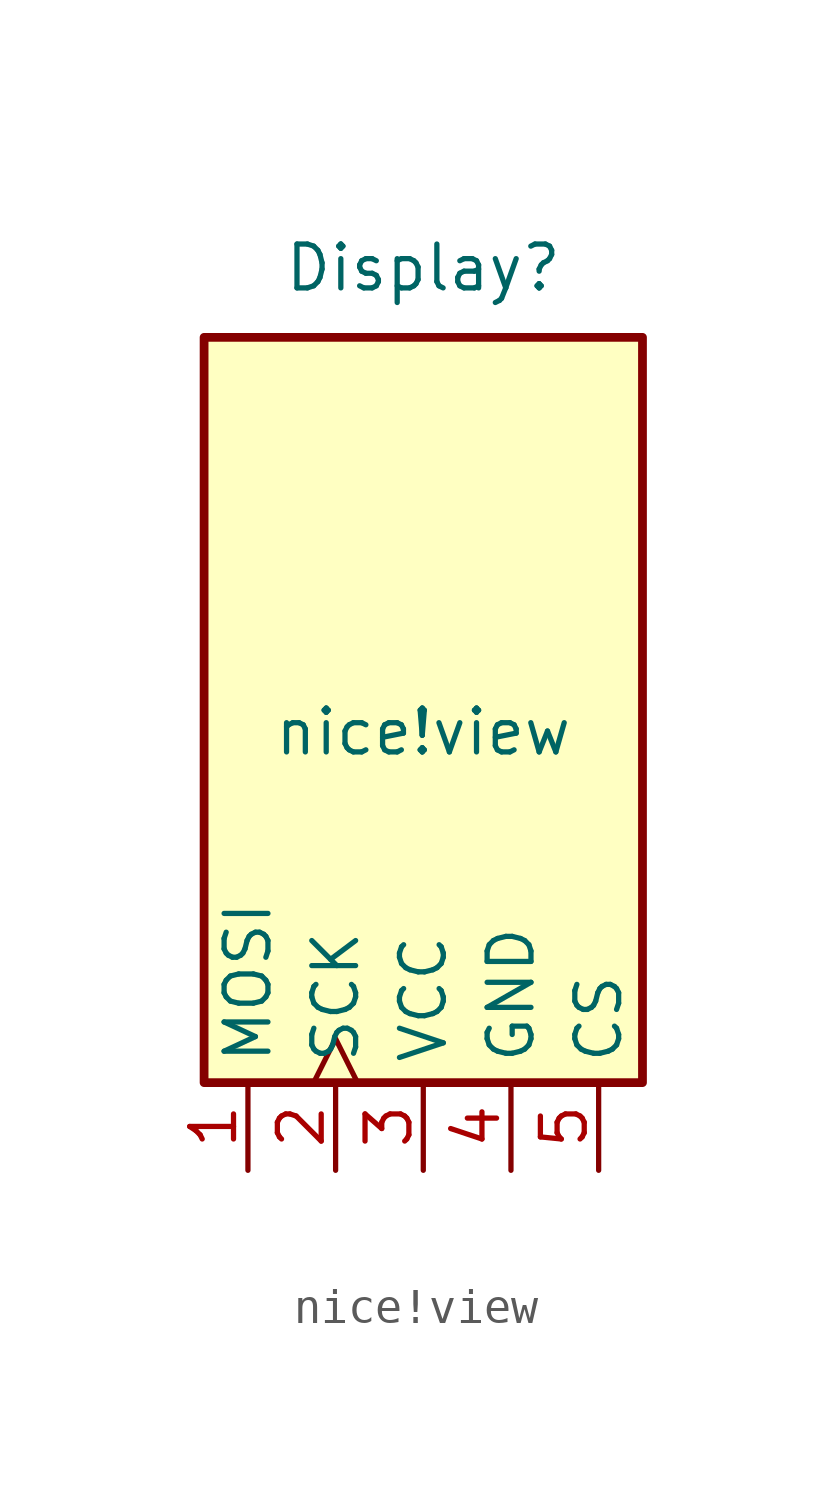
<source format=kicad_sym>
(kicad_symbol_lib
  (version 20211014)
  (generator kicad_symbol_editor)
  (symbol "nice!view"
    (property "Reference" "Display"
      (at 0 12.7 0)
      (effects (font (size 1.27 1.27)) (justify bottom)))
    (property "Value" "nice!view"
      (at 0 0 0)
      (effects (font (size 1.27 1.27))))
    (symbol "nice!view_0_1"
      (rectangle (start -6.35 11.43) (end 6.35 -10.16) (stroke (width 0.254) (type default) (color 0 0 0 0)) (fill (type background))))
    (symbol "nice!view_1_1"
      (pin input line (at -5.08 -12.7 90) (length 2.54) (name "MOSI" (effects (font (size 1.27 1.27)))) (number "1" (effects (font (size 1.27 1.27)))))
      (pin input clock (at -2.54 -12.7 90) (length 2.54) (name "SCK" (effects (font (size 1.27 1.27)))) (number "2" (effects (font (size 1.27 1.27)))))
      (pin power_in line (at 0 -12.7 90) (length 2.54) (name "VCC" (effects (font (size 1.27 1.27)))) (number "3" (effects (font (size 1.27 1.27)))))
      (pin power_out line (at 2.54 -12.7 90) (length 2.54) (name "GND" (effects (font (size 1.27 1.27)))) (number "4" (effects (font (size 1.27 1.27)))))
      (pin passive line (at 5.08 -12.7 90) (length 2.54) (name "CS" (effects (font (size 1.27 1.27)))) (number "5" (effects (font (size 1.27 1.27))))))))
</source>
